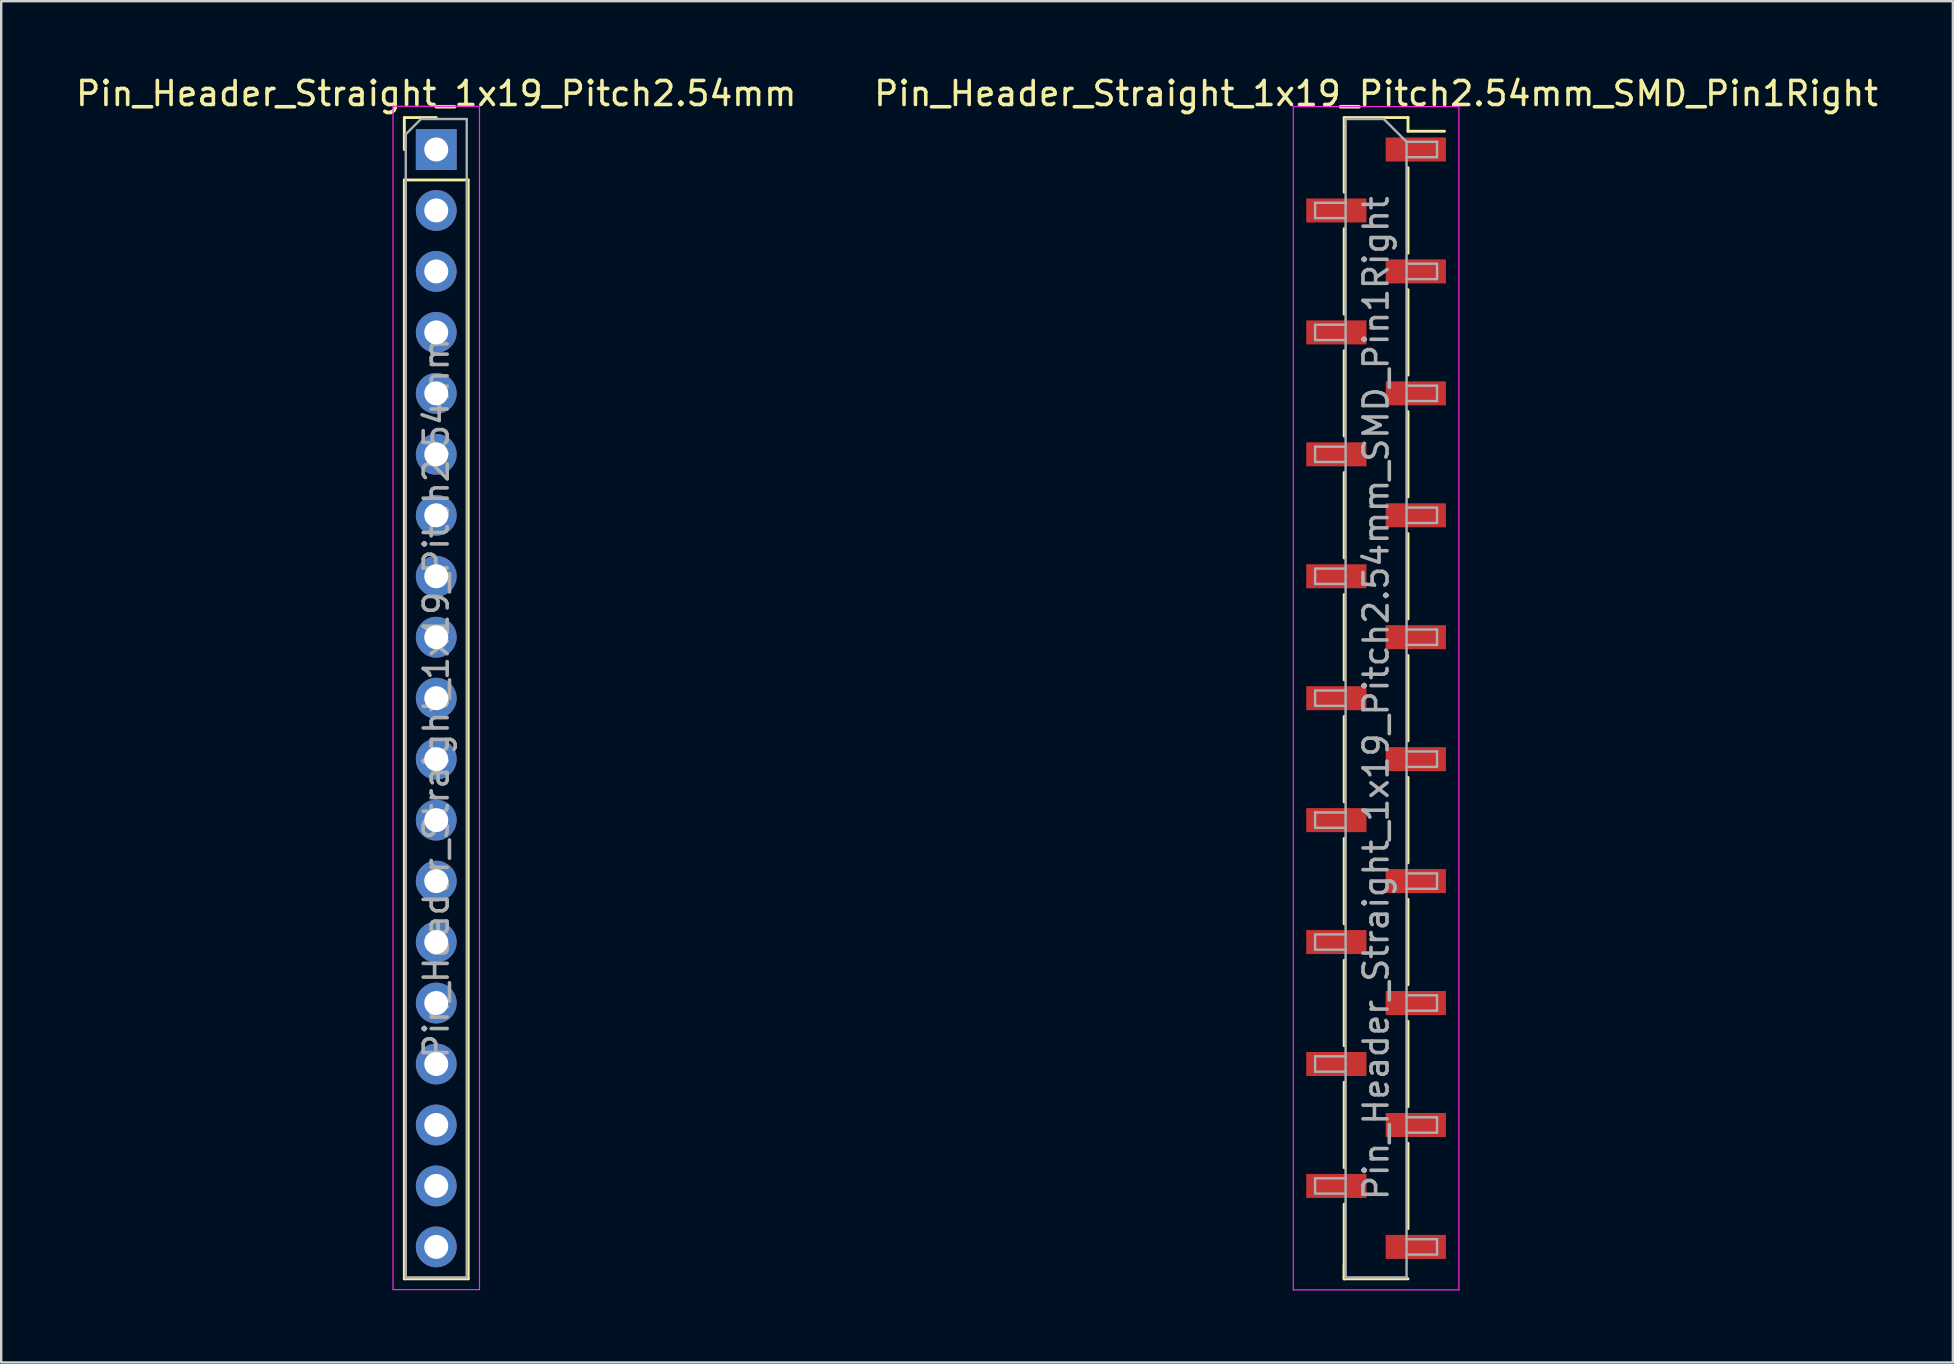
<source format=kicad_pcb>
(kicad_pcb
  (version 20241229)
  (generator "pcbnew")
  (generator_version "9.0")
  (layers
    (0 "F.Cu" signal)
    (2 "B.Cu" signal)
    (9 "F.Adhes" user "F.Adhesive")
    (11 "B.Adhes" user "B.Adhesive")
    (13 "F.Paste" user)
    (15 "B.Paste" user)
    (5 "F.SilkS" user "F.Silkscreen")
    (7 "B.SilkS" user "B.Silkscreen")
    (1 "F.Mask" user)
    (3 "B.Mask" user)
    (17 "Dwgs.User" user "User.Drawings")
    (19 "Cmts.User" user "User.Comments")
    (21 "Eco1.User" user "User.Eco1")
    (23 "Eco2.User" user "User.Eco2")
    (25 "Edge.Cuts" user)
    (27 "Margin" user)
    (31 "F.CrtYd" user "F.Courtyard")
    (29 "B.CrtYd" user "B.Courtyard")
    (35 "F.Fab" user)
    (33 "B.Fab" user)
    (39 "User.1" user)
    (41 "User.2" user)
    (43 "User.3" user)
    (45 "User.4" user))
  (footprint "Pin_Header_Straight_1x19_Pitch2.54mm_SMD_Pin1Right"
    (layer "F.Cu")
    (at 54.28 26.038)
    (property "Reference" "Pin_Header_Straight_1x19_Pitch2.54mm_SMD_Pin1Right" (at 0 -25.19 0) (layer "F.SilkS") (effects (font (size 1 1) (thickness 0.15))))
    (attr smd)
    (fp_line (start -1.33 -24.19) (end -1.33 -21.08) (stroke (width 0.12) (type solid)) (layer "F.SilkS"))
    (fp_line (start -1.33 -24.19) (end 1.33 -24.19) (stroke (width 0.12) (type solid)) (layer "F.SilkS"))
    (fp_line (start -1.33 -19.56) (end -1.33 -16) (stroke (width 0.12) (type solid)) (layer "F.SilkS"))
    (fp_line (start -1.33 -14.48) (end -1.33 -10.92) (stroke (width 0.12) (type solid)) (layer "F.SilkS"))
    (fp_line (start -1.33 -9.4) (end -1.33 -5.84) (stroke (width 0.12) (type solid)) (layer "F.SilkS"))
    (fp_line (start -1.33 -4.32) (end -1.33 -0.76) (stroke (width 0.12) (type solid)) (layer "F.SilkS"))
    (fp_line (start -1.33 0.76) (end -1.33 4.32) (stroke (width 0.12) (type solid)) (layer "F.SilkS"))
    (fp_line (start -1.33 5.84) (end -1.33 9.4) (stroke (width 0.12) (type solid)) (layer "F.SilkS"))
    (fp_line (start -1.33 10.92) (end -1.33 14.48) (stroke (width 0.12) (type solid)) (layer "F.SilkS"))
    (fp_line (start -1.33 16) (end -1.33 19.56) (stroke (width 0.12) (type solid)) (layer "F.SilkS"))
    (fp_line (start -1.33 21.08) (end -1.33 24.19) (stroke (width 0.12) (type solid)) (layer "F.SilkS"))
    (fp_line (start -1.33 23.62) (end -1.33 24.19) (stroke (width 0.12) (type solid)) (layer "F.SilkS"))
    (fp_line (start -1.33 24.19) (end 1.33 24.19) (stroke (width 0.12) (type solid)) (layer "F.SilkS"))
    (fp_line (start 1.33 -24.19) (end 1.33 -23.62) (stroke (width 0.12) (type solid)) (layer "F.SilkS"))
    (fp_line (start 1.33 -23.62) (end 2.85 -23.62) (stroke (width 0.12) (type solid)) (layer "F.SilkS"))
    (fp_line (start 1.33 -22.1) (end 1.33 -18.54) (stroke (width 0.12) (type solid)) (layer "F.SilkS"))
    (fp_line (start 1.33 -17.02) (end 1.33 -13.46) (stroke (width 0.12) (type solid)) (layer "F.SilkS"))
    (fp_line (start 1.33 -11.94) (end 1.33 -8.38) (stroke (width 0.12) (type solid)) (layer "F.SilkS"))
    (fp_line (start 1.33 -6.86) (end 1.33 -3.3) (stroke (width 0.12) (type solid)) (layer "F.SilkS"))
    (fp_line (start 1.33 -1.78) (end 1.33 1.78) (stroke (width 0.12) (type solid)) (layer "F.SilkS"))
    (fp_line (start 1.33 3.3) (end 1.33 6.86) (stroke (width 0.12) (type solid)) (layer "F.SilkS"))
    (fp_line (start 1.33 8.38) (end 1.33 11.94) (stroke (width 0.12) (type solid)) (layer "F.SilkS"))
    (fp_line (start 1.33 13.46) (end 1.33 17.02) (stroke (width 0.12) (type solid)) (layer "F.SilkS"))
    (fp_line (start 1.33 18.54) (end 1.33 22.1) (stroke (width 0.12) (type solid)) (layer "F.SilkS"))
    (fp_line (start -3.45 -24.65) (end -3.45 24.65) (stroke (width 0.05) (type solid)) (layer "F.CrtYd"))
    (fp_line (start -3.45 24.65) (end 3.45 24.65) (stroke (width 0.05) (type solid)) (layer "F.CrtYd"))
    (fp_line (start 3.45 -24.65) (end -3.45 -24.65) (stroke (width 0.05) (type solid)) (layer "F.CrtYd"))
    (fp_line (start 3.45 24.65) (end 3.45 -24.65) (stroke (width 0.05) (type solid)) (layer "F.CrtYd"))
    (fp_line (start -2.54 -20.64) (end -2.54 -20) (stroke (width 0.1) (type solid)) (layer "F.Fab"))
    (fp_line (start -2.54 -20) (end -1.27 -20) (stroke (width 0.1) (type solid)) (layer "F.Fab"))
    (fp_line (start -2.54 -15.56) (end -2.54 -14.92) (stroke (width 0.1) (type solid)) (layer "F.Fab"))
    (fp_line (start -2.54 -14.92) (end -1.27 -14.92) (stroke (width 0.1) (type solid)) (layer "F.Fab"))
    (fp_line (start -2.54 -10.48) (end -2.54 -9.84) (stroke (width 0.1) (type solid)) (layer "F.Fab"))
    (fp_line (start -2.54 -9.84) (end -1.27 -9.84) (stroke (width 0.1) (type solid)) (layer "F.Fab"))
    (fp_line (start -2.54 -5.4) (end -2.54 -4.76) (stroke (width 0.1) (type solid)) (layer "F.Fab"))
    (fp_line (start -2.54 -4.76) (end -1.27 -4.76) (stroke (width 0.1) (type solid)) (layer "F.Fab"))
    (fp_line (start -2.54 -0.32) (end -2.54 0.32) (stroke (width 0.1) (type solid)) (layer "F.Fab"))
    (fp_line (start -2.54 0.32) (end -1.27 0.32) (stroke (width 0.1) (type solid)) (layer "F.Fab"))
    (fp_line (start -2.54 4.76) (end -2.54 5.4) (stroke (width 0.1) (type solid)) (layer "F.Fab"))
    (fp_line (start -2.54 5.4) (end -1.27 5.4) (stroke (width 0.1) (type solid)) (layer "F.Fab"))
    (fp_line (start -2.54 9.84) (end -2.54 10.48) (stroke (width 0.1) (type solid)) (layer "F.Fab"))
    (fp_line (start -2.54 10.48) (end -1.27 10.48) (stroke (width 0.1) (type solid)) (layer "F.Fab"))
    (fp_line (start -2.54 14.92) (end -2.54 15.56) (stroke (width 0.1) (type solid)) (layer "F.Fab"))
    (fp_line (start -2.54 15.56) (end -1.27 15.56) (stroke (width 0.1) (type solid)) (layer "F.Fab"))
    (fp_line (start -2.54 20) (end -2.54 20.64) (stroke (width 0.1) (type solid)) (layer "F.Fab"))
    (fp_line (start -2.54 20.64) (end -1.27 20.64) (stroke (width 0.1) (type solid)) (layer "F.Fab"))
    (fp_line (start -1.27 -24.13) (end -1.27 24.13) (stroke (width 0.1) (type solid)) (layer "F.Fab"))
    (fp_line (start -1.27 -24.13) (end 0.32 -24.13) (stroke (width 0.1) (type solid)) (layer "F.Fab"))
    (fp_line (start -1.27 -20.64) (end -2.54 -20.64) (stroke (width 0.1) (type solid)) (layer "F.Fab"))
    (fp_line (start -1.27 -15.56) (end -2.54 -15.56) (stroke (width 0.1) (type solid)) (layer "F.Fab"))
    (fp_line (start -1.27 -10.48) (end -2.54 -10.48) (stroke (width 0.1) (type solid)) (layer "F.Fab"))
    (fp_line (start -1.27 -5.4) (end -2.54 -5.4) (stroke (width 0.1) (type solid)) (layer "F.Fab"))
    (fp_line (start -1.27 -0.32) (end -2.54 -0.32) (stroke (width 0.1) (type solid)) (layer "F.Fab"))
    (fp_line (start -1.27 4.76) (end -2.54 4.76) (stroke (width 0.1) (type solid)) (layer "F.Fab"))
    (fp_line (start -1.27 9.84) (end -2.54 9.84) (stroke (width 0.1) (type solid)) (layer "F.Fab"))
    (fp_line (start -1.27 14.92) (end -2.54 14.92) (stroke (width 0.1) (type solid)) (layer "F.Fab"))
    (fp_line (start -1.27 20) (end -2.54 20) (stroke (width 0.1) (type solid)) (layer "F.Fab"))
    (fp_line (start 1.27 -23.18) (end 0.32 -24.13) (stroke (width 0.1) (type solid)) (layer "F.Fab"))
    (fp_line (start 1.27 -23.18) (end 2.54 -23.18) (stroke (width 0.1) (type solid)) (layer "F.Fab"))
    (fp_line (start 1.27 -18.1) (end 2.54 -18.1) (stroke (width 0.1) (type solid)) (layer "F.Fab"))
    (fp_line (start 1.27 -13.02) (end 2.54 -13.02) (stroke (width 0.1) (type solid)) (layer "F.Fab"))
    (fp_line (start 1.27 -7.94) (end 2.54 -7.94) (stroke (width 0.1) (type solid)) (layer "F.Fab"))
    (fp_line (start 1.27 -2.86) (end 2.54 -2.86) (stroke (width 0.1) (type solid)) (layer "F.Fab"))
    (fp_line (start 1.27 2.22) (end 2.54 2.22) (stroke (width 0.1) (type solid)) (layer "F.Fab"))
    (fp_line (start 1.27 7.3) (end 2.54 7.3) (stroke (width 0.1) (type solid)) (layer "F.Fab"))
    (fp_line (start 1.27 12.38) (end 2.54 12.38) (stroke (width 0.1) (type solid)) (layer "F.Fab"))
    (fp_line (start 1.27 17.46) (end 2.54 17.46) (stroke (width 0.1) (type solid)) (layer "F.Fab"))
    (fp_line (start 1.27 22.54) (end 2.54 22.54) (stroke (width 0.1) (type solid)) (layer "F.Fab"))
    (fp_line (start 1.27 24.13) (end -1.27 24.13) (stroke (width 0.1) (type solid)) (layer "F.Fab"))
    (fp_line (start 1.27 24.13) (end 1.27 -23.18) (stroke (width 0.1) (type solid)) (layer "F.Fab"))
    (fp_line (start 2.54 -23.18) (end 2.54 -22.54) (stroke (width 0.1) (type solid)) (layer "F.Fab"))
    (fp_line (start 2.54 -22.54) (end 1.27 -22.54) (stroke (width 0.1) (type solid)) (layer "F.Fab"))
    (fp_line (start 2.54 -18.1) (end 2.54 -17.46) (stroke (width 0.1) (type solid)) (layer "F.Fab"))
    (fp_line (start 2.54 -17.46) (end 1.27 -17.46) (stroke (width 0.1) (type solid)) (layer "F.Fab"))
    (fp_line (start 2.54 -13.02) (end 2.54 -12.38) (stroke (width 0.1) (type solid)) (layer "F.Fab"))
    (fp_line (start 2.54 -12.38) (end 1.27 -12.38) (stroke (width 0.1) (type solid)) (layer "F.Fab"))
    (fp_line (start 2.54 -7.94) (end 2.54 -7.3) (stroke (width 0.1) (type solid)) (layer "F.Fab"))
    (fp_line (start 2.54 -7.3) (end 1.27 -7.3) (stroke (width 0.1) (type solid)) (layer "F.Fab"))
    (fp_line (start 2.54 -2.86) (end 2.54 -2.22) (stroke (width 0.1) (type solid)) (layer "F.Fab"))
    (fp_line (start 2.54 -2.22) (end 1.27 -2.22) (stroke (width 0.1) (type solid)) (layer "F.Fab"))
    (fp_line (start 2.54 2.22) (end 2.54 2.86) (stroke (width 0.1) (type solid)) (layer "F.Fab"))
    (fp_line (start 2.54 2.86) (end 1.27 2.86) (stroke (width 0.1) (type solid)) (layer "F.Fab"))
    (fp_line (start 2.54 7.3) (end 2.54 7.94) (stroke (width 0.1) (type solid)) (layer "F.Fab"))
    (fp_line (start 2.54 7.94) (end 1.27 7.94) (stroke (width 0.1) (type solid)) (layer "F.Fab"))
    (fp_line (start 2.54 12.38) (end 2.54 13.02) (stroke (width 0.1) (type solid)) (layer "F.Fab"))
    (fp_line (start 2.54 13.02) (end 1.27 13.02) (stroke (width 0.1) (type solid)) (layer "F.Fab"))
    (fp_line (start 2.54 17.46) (end 2.54 18.1) (stroke (width 0.1) (type solid)) (layer "F.Fab"))
    (fp_line (start 2.54 18.1) (end 1.27 18.1) (stroke (width 0.1) (type solid)) (layer "F.Fab"))
    (fp_line (start 2.54 22.54) (end 2.54 23.18) (stroke (width 0.1) (type solid)) (layer "F.Fab"))
    (fp_line (start 2.54 23.18) (end 1.27 23.18) (stroke (width 0.1) (type solid)) (layer "F.Fab"))
    (fp_text user "${REFERENCE}" (at 0 0 90) (layer "F.Fab") (effects (font (size 1 1) (thickness 0.15))))
    (pad "1" smd rect (at 1.655 -22.86) (size 2.51 1) (layers "F.Cu" "F.Mask" "F.Paste"))
    (pad "2" smd rect (at -1.655 -20.32) (size 2.51 1) (layers "F.Cu" "F.Mask" "F.Paste"))
    (pad "3" smd rect (at 1.655 -17.78) (size 2.51 1) (layers "F.Cu" "F.Mask" "F.Paste"))
    (pad "4" smd rect (at -1.655 -15.24) (size 2.51 1) (layers "F.Cu" "F.Mask" "F.Paste"))
    (pad "5" smd rect (at 1.655 -12.7) (size 2.51 1) (layers "F.Cu" "F.Mask" "F.Paste"))
    (pad "6" smd rect (at -1.655 -10.16) (size 2.51 1) (layers "F.Cu" "F.Mask" "F.Paste"))
    (pad "7" smd rect (at 1.655 -7.62) (size 2.51 1) (layers "F.Cu" "F.Mask" "F.Paste"))
    (pad "8" smd rect (at -1.655 -5.08) (size 2.51 1) (layers "F.Cu" "F.Mask" "F.Paste"))
    (pad "9" smd rect (at 1.655 -2.54) (size 2.51 1) (layers "F.Cu" "F.Mask" "F.Paste"))
    (pad "10" smd rect (at -1.655 0) (size 2.51 1) (layers "F.Cu" "F.Mask" "F.Paste"))
    (pad "11" smd rect (at 1.655 2.54) (size 2.51 1) (layers "F.Cu" "F.Mask" "F.Paste"))
    (pad "12" smd rect (at -1.655 5.08) (size 2.51 1) (layers "F.Cu" "F.Mask" "F.Paste"))
    (pad "13" smd rect (at 1.655 7.62) (size 2.51 1) (layers "F.Cu" "F.Mask" "F.Paste"))
    (pad "14" smd rect (at -1.655 10.16) (size 2.51 1) (layers "F.Cu" "F.Mask" "F.Paste"))
    (pad "15" smd rect (at 1.655 12.7) (size 2.51 1) (layers "F.Cu" "F.Mask" "F.Paste"))
    (pad "16" smd rect (at -1.655 15.24) (size 2.51 1) (layers "F.Cu" "F.Mask" "F.Paste"))
    (pad "17" smd rect (at 1.655 17.78) (size 2.51 1) (layers "F.Cu" "F.Mask" "F.Paste"))
    (pad "18" smd rect (at -1.655 20.32) (size 2.51 1) (layers "F.Cu" "F.Mask" "F.Paste"))
    (pad "19" smd rect (at 1.655 22.86) (size 2.51 1) (layers "F.Cu" "F.Mask" "F.Paste")))
  (footprint "Pin_Header_Straight_1x19_Pitch2.54mm"
    (layer "F.Cu")
    (at 15.125 3.178)
    (property "Reference" "Pin_Header_Straight_1x19_Pitch2.54mm" (at 0 -2.33 0) (layer "F.SilkS") (effects (font (size 1 1) (thickness 0.15))))
    (attr through_hole)
    (fp_line (start -1.33 -1.33) (end 0 -1.33) (stroke (width 0.12) (type solid)) (layer "F.SilkS"))
    (fp_line (start -1.33 0) (end -1.33 -1.33) (stroke (width 0.12) (type solid)) (layer "F.SilkS"))
    (fp_line (start -1.33 1.27) (end -1.33 47.05) (stroke (width 0.12) (type solid)) (layer "F.SilkS"))
    (fp_line (start -1.33 1.27) (end 1.33 1.27) (stroke (width 0.12) (type solid)) (layer "F.SilkS"))
    (fp_line (start -1.33 47.05) (end 1.33 47.05) (stroke (width 0.12) (type solid)) (layer "F.SilkS"))
    (fp_line (start 1.33 1.27) (end 1.33 47.05) (stroke (width 0.12) (type solid)) (layer "F.SilkS"))
    (fp_line (start -1.8 -1.8) (end -1.8 47.5) (stroke (width 0.05) (type solid)) (layer "F.CrtYd"))
    (fp_line (start -1.8 47.5) (end 1.8 47.5) (stroke (width 0.05) (type solid)) (layer "F.CrtYd"))
    (fp_line (start 1.8 -1.8) (end -1.8 -1.8) (stroke (width 0.05) (type solid)) (layer "F.CrtYd"))
    (fp_line (start 1.8 47.5) (end 1.8 -1.8) (stroke (width 0.05) (type solid)) (layer "F.CrtYd"))
    (fp_line (start -1.27 -0.635) (end -0.635 -1.27) (stroke (width 0.1) (type solid)) (layer "F.Fab"))
    (fp_line (start -1.27 46.99) (end -1.27 -0.635) (stroke (width 0.1) (type solid)) (layer "F.Fab"))
    (fp_line (start -0.635 -1.27) (end 1.27 -1.27) (stroke (width 0.1) (type solid)) (layer "F.Fab"))
    (fp_line (start 1.27 -1.27) (end 1.27 46.99) (stroke (width 0.1) (type solid)) (layer "F.Fab"))
    (fp_line (start 1.27 46.99) (end -1.27 46.99) (stroke (width 0.1) (type solid)) (layer "F.Fab"))
    (fp_text user "${REFERENCE}" (at 0 22.86 90) (layer "F.Fab") (effects (font (size 1 1) (thickness 0.15))))
    (pad "1" thru_hole rect (at 0 0) (size 1.7 1.7) (drill 1) (layers "*.Cu" "*.Mask"))
    (pad "2" thru_hole oval (at 0 2.54) (size 1.7 1.7) (drill 1) (layers "*.Cu" "*.Mask"))
    (pad "3" thru_hole oval (at 0 5.08) (size 1.7 1.7) (drill 1) (layers "*.Cu" "*.Mask"))
    (pad "4" thru_hole oval (at 0 7.62) (size 1.7 1.7) (drill 1) (layers "*.Cu" "*.Mask"))
    (pad "5" thru_hole oval (at 0 10.16) (size 1.7 1.7) (drill 1) (layers "*.Cu" "*.Mask"))
    (pad "6" thru_hole oval (at 0 12.7) (size 1.7 1.7) (drill 1) (layers "*.Cu" "*.Mask"))
    (pad "7" thru_hole oval (at 0 15.24) (size 1.7 1.7) (drill 1) (layers "*.Cu" "*.Mask"))
    (pad "8" thru_hole oval (at 0 17.78) (size 1.7 1.7) (drill 1) (layers "*.Cu" "*.Mask"))
    (pad "9" thru_hole oval (at 0 20.32) (size 1.7 1.7) (drill 1) (layers "*.Cu" "*.Mask"))
    (pad "10" thru_hole oval (at 0 22.86) (size 1.7 1.7) (drill 1) (layers "*.Cu" "*.Mask"))
    (pad "11" thru_hole oval (at 0 25.4) (size 1.7 1.7) (drill 1) (layers "*.Cu" "*.Mask"))
    (pad "12" thru_hole oval (at 0 27.94) (size 1.7 1.7) (drill 1) (layers "*.Cu" "*.Mask"))
    (pad "13" thru_hole oval (at 0 30.48) (size 1.7 1.7) (drill 1) (layers "*.Cu" "*.Mask"))
    (pad "14" thru_hole oval (at 0 33.02) (size 1.7 1.7) (drill 1) (layers "*.Cu" "*.Mask"))
    (pad "15" thru_hole oval (at 0 35.56) (size 1.7 1.7) (drill 1) (layers "*.Cu" "*.Mask"))
    (pad "16" thru_hole oval (at 0 38.1) (size 1.7 1.7) (drill 1) (layers "*.Cu" "*.Mask"))
    (pad "17" thru_hole oval (at 0 40.64) (size 1.7 1.7) (drill 1) (layers "*.Cu" "*.Mask"))
    (pad "18" thru_hole oval (at 0 43.18) (size 1.7 1.7) (drill 1) (layers "*.Cu" "*.Mask"))
    (pad "19" thru_hole oval (at 0 45.72) (size 1.7 1.7) (drill 1) (layers "*.Cu" "*.Mask")))
  (gr_rect
    (start -3 -3)
    (end 78.31 53.713)
    (stroke (width 0.1) (type default))
    (fill no)
    (layer "Edge.Cuts")))
</source>
